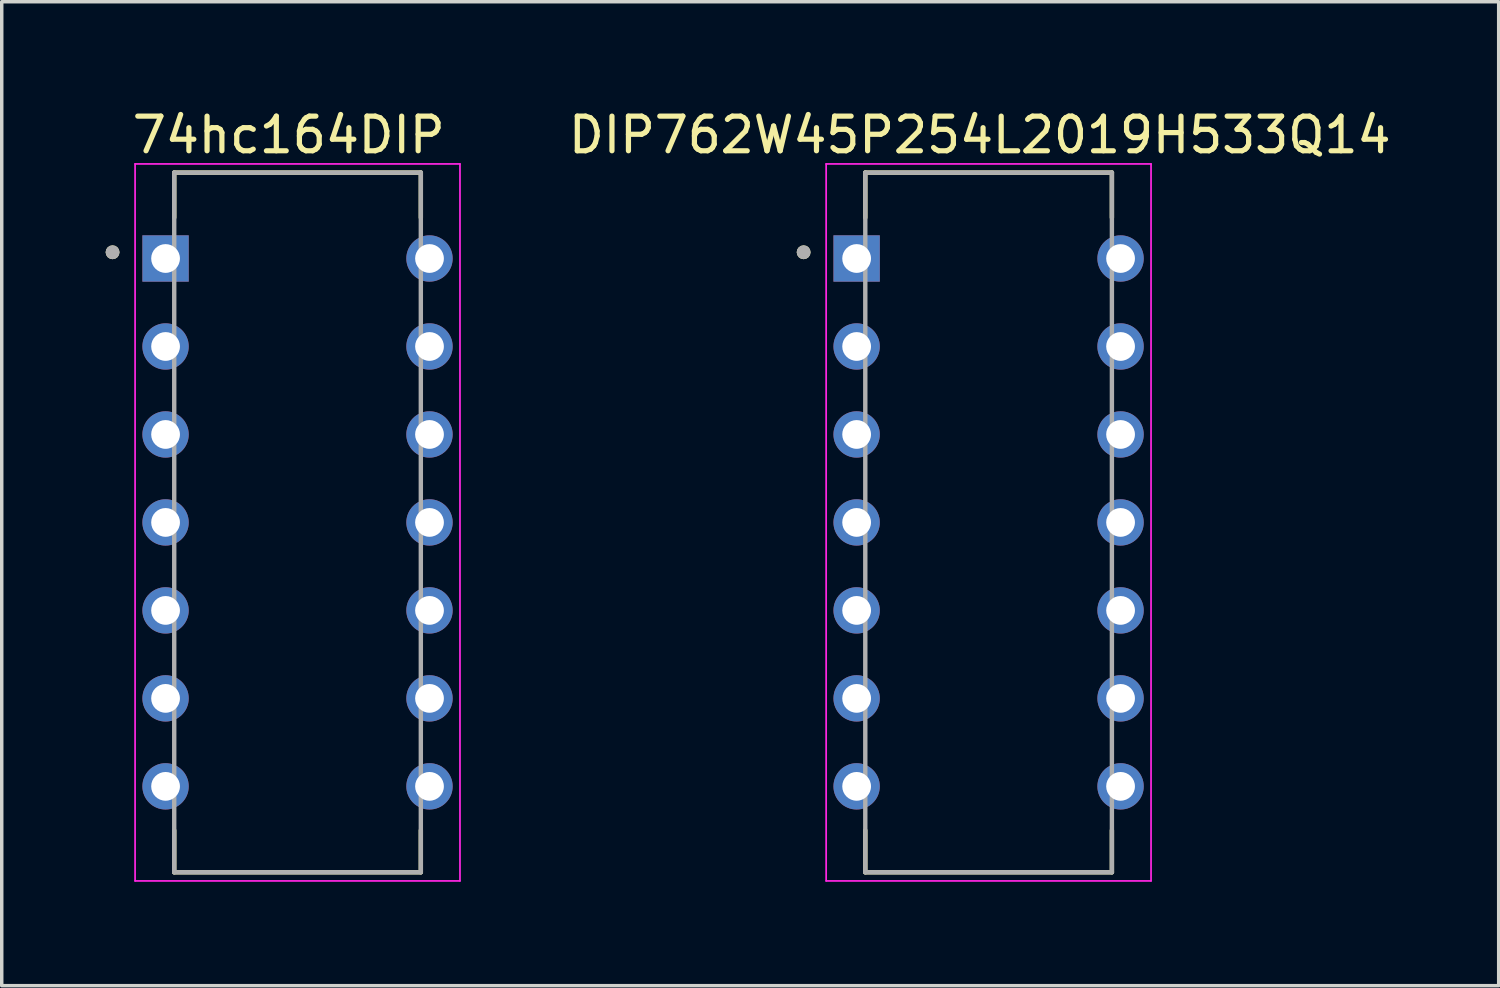
<source format=kicad_pcb>
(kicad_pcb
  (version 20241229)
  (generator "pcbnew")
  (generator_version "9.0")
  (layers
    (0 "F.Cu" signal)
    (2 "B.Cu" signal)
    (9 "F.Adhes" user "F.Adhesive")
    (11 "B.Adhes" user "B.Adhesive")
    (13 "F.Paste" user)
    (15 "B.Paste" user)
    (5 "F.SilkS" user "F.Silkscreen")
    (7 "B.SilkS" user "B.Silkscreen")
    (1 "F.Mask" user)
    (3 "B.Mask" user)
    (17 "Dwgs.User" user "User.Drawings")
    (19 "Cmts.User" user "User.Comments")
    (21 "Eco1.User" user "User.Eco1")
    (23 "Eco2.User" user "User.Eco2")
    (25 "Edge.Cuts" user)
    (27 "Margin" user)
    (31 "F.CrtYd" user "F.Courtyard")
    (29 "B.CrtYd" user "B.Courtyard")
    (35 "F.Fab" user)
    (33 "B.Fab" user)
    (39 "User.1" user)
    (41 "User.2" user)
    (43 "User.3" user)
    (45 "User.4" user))
  (footprint "DIP762W45P254L2019H533Q14"
    (layer "F.Cu")
    (at 25.492 12.033)
    (property "Reference" "DIP762W45P254L2019H533Q14" (at -0.255 -11.185 0) (layer "F.SilkS") (effects (font (size 1 1) (thickness 0.15))))
    (attr through_hole)
    (fp_line (start -3.56 -10.1) (end 3.56 -10.1) (stroke (width 0.127) (type solid)) (layer "F.SilkS"))
    (fp_line (start -3.56 -8.8) (end -3.56 -10.1) (stroke (width 0.127) (type solid)) (layer "F.SilkS"))
    (fp_line (start -3.56 8.89) (end -3.56 10.1) (stroke (width 0.127) (type solid)) (layer "F.SilkS"))
    (fp_line (start -3.56 10.1) (end 3.56 10.1) (stroke (width 0.127) (type solid)) (layer "F.SilkS"))
    (fp_line (start 3.56 -10.1) (end 3.56 -8.8) (stroke (width 0.127) (type solid)) (layer "F.SilkS"))
    (fp_line (start 3.56 10.1) (end 3.56 8.89) (stroke (width 0.127) (type solid)) (layer "F.SilkS"))
    (fp_circle (center -5.34 -7.8) (end -5.24 -7.8) (stroke (width 0.2) (type solid)) (fill no) (layer "F.SilkS"))
    (fp_line (start -4.69 -10.35) (end 4.69 -10.35) (stroke (width 0.05) (type solid)) (layer "F.CrtYd"))
    (fp_line (start -4.69 10.35) (end -4.69 -10.35) (stroke (width 0.05) (type solid)) (layer "F.CrtYd"))
    (fp_line (start 4.69 -10.35) (end 4.69 10.35) (stroke (width 0.05) (type solid)) (layer "F.CrtYd"))
    (fp_line (start 4.69 10.35) (end -4.69 10.35) (stroke (width 0.05) (type solid)) (layer "F.CrtYd"))
    (fp_line (start -3.56 -10.1) (end 3.56 -10.1) (stroke (width 0.127) (type solid)) (layer "F.Fab"))
    (fp_line (start -3.56 10.1) (end -3.56 -10.1) (stroke (width 0.127) (type solid)) (layer "F.Fab"))
    (fp_line (start 3.56 -10.1) (end 3.56 10.1) (stroke (width 0.127) (type solid)) (layer "F.Fab"))
    (fp_line (start 3.56 10.1) (end -3.56 10.1) (stroke (width 0.127) (type solid)) (layer "F.Fab"))
    (fp_circle (center -5.34 -7.8) (end -5.24 -7.8) (stroke (width 0.2) (type solid)) (fill no) (layer "F.Fab"))
    (pad "1" thru_hole rect (at -3.81 -7.62) (size 1.338 1.338) (drill 0.83) (layers "*.Cu" "*.Mask"))
    (pad "2" thru_hole circle (at -3.81 -5.08) (size 1.338 1.338) (drill 0.83) (layers "*.Cu" "*.Mask"))
    (pad "3" thru_hole circle (at -3.81 -2.54) (size 1.338 1.338) (drill 0.83) (layers "*.Cu" "*.Mask"))
    (pad "4" thru_hole circle (at -3.81 0) (size 1.338 1.338) (drill 0.83) (layers "*.Cu" "*.Mask"))
    (pad "5" thru_hole circle (at -3.81 2.54) (size 1.338 1.338) (drill 0.83) (layers "*.Cu" "*.Mask"))
    (pad "6" thru_hole circle (at -3.81 5.08) (size 1.338 1.338) (drill 0.83) (layers "*.Cu" "*.Mask"))
    (pad "7" thru_hole circle (at -3.81 7.62) (size 1.338 1.338) (drill 0.83) (layers "*.Cu" "*.Mask"))
    (pad "8" thru_hole circle (at 3.81 7.62) (size 1.338 1.338) (drill 0.83) (layers "*.Cu" "*.Mask"))
    (pad "9" thru_hole circle (at 3.81 5.08) (size 1.338 1.338) (drill 0.83) (layers "*.Cu" "*.Mask"))
    (pad "10" thru_hole circle (at 3.81 2.54) (size 1.338 1.338) (drill 0.83) (layers "*.Cu" "*.Mask"))
    (pad "11" thru_hole circle (at 3.81 0) (size 1.338 1.338) (drill 0.83) (layers "*.Cu" "*.Mask"))
    (pad "12" thru_hole circle (at 3.81 -2.54) (size 1.338 1.338) (drill 0.83) (layers "*.Cu" "*.Mask"))
    (pad "13" thru_hole circle (at 3.81 -5.08) (size 1.338 1.338) (drill 0.83) (layers "*.Cu" "*.Mask"))
    (pad "14" thru_hole circle (at 3.81 -7.62) (size 1.338 1.338) (drill 0.83) (layers "*.Cu" "*.Mask")))
  (footprint "74hc164DIP"
    (layer "F.Cu")
    (at 5.54 12.033)
    (property "Reference" "74hc164DIP" (at -0.255 -11.185 0) (layer "F.SilkS") (effects (font (size 1 1) (thickness 0.15))))
    (attr through_hole)
    (fp_line (start -3.56 -10.1) (end 3.56 -10.1) (stroke (width 0.127) (type solid)) (layer "F.SilkS"))
    (fp_line (start -3.56 -8.8) (end -3.56 -10.1) (stroke (width 0.127) (type solid)) (layer "F.SilkS"))
    (fp_line (start -3.56 8.89) (end -3.56 10.1) (stroke (width 0.127) (type solid)) (layer "F.SilkS"))
    (fp_line (start -3.56 10.1) (end 3.56 10.1) (stroke (width 0.127) (type solid)) (layer "F.SilkS"))
    (fp_line (start 3.56 -10.1) (end 3.56 -8.8) (stroke (width 0.127) (type solid)) (layer "F.SilkS"))
    (fp_line (start 3.56 10.1) (end 3.56 8.89) (stroke (width 0.127) (type solid)) (layer "F.SilkS"))
    (fp_circle (center -5.34 -7.8) (end -5.24 -7.8) (stroke (width 0.2) (type solid)) (fill no) (layer "F.SilkS"))
    (fp_line (start -4.69 -10.35) (end 4.69 -10.35) (stroke (width 0.05) (type solid)) (layer "F.CrtYd"))
    (fp_line (start -4.69 10.35) (end -4.69 -10.35) (stroke (width 0.05) (type solid)) (layer "F.CrtYd"))
    (fp_line (start 4.69 -10.35) (end 4.69 10.35) (stroke (width 0.05) (type solid)) (layer "F.CrtYd"))
    (fp_line (start 4.69 10.35) (end -4.69 10.35) (stroke (width 0.05) (type solid)) (layer "F.CrtYd"))
    (fp_line (start -3.56 -10.1) (end 3.56 -10.1) (stroke (width 0.127) (type solid)) (layer "F.Fab"))
    (fp_line (start -3.56 10.1) (end -3.56 -10.1) (stroke (width 0.127) (type solid)) (layer "F.Fab"))
    (fp_line (start 3.56 -10.1) (end 3.56 10.1) (stroke (width 0.127) (type solid)) (layer "F.Fab"))
    (fp_line (start 3.56 10.1) (end -3.56 10.1) (stroke (width 0.127) (type solid)) (layer "F.Fab"))
    (fp_circle (center -5.34 -7.8) (end -5.24 -7.8) (stroke (width 0.2) (type solid)) (fill no) (layer "F.Fab"))
    (pad "1" thru_hole rect (at -3.81 -7.62) (size 1.338 1.338) (drill 0.83) (layers "*.Cu" "*.Mask"))
    (pad "2" thru_hole circle (at -3.81 -5.08) (size 1.338 1.338) (drill 0.83) (layers "*.Cu" "*.Mask"))
    (pad "3" thru_hole circle (at -3.81 -2.54) (size 1.338 1.338) (drill 0.83) (layers "*.Cu" "*.Mask"))
    (pad "4" thru_hole circle (at -3.81 0) (size 1.338 1.338) (drill 0.83) (layers "*.Cu" "*.Mask"))
    (pad "5" thru_hole circle (at -3.81 2.54) (size 1.338 1.338) (drill 0.83) (layers "*.Cu" "*.Mask"))
    (pad "6" thru_hole circle (at -3.81 5.08) (size 1.338 1.338) (drill 0.83) (layers "*.Cu" "*.Mask"))
    (pad "7" thru_hole circle (at -3.81 7.62) (size 1.338 1.338) (drill 0.83) (layers "*.Cu" "*.Mask"))
    (pad "8" thru_hole circle (at 3.81 7.62) (size 1.338 1.338) (drill 0.83) (layers "*.Cu" "*.Mask"))
    (pad "9" thru_hole circle (at 3.81 5.08) (size 1.338 1.338) (drill 0.83) (layers "*.Cu" "*.Mask"))
    (pad "10" thru_hole circle (at 3.81 2.54) (size 1.338 1.338) (drill 0.83) (layers "*.Cu" "*.Mask"))
    (pad "11" thru_hole circle (at 3.81 0) (size 1.338 1.338) (drill 0.83) (layers "*.Cu" "*.Mask"))
    (pad "12" thru_hole circle (at 3.81 -2.54) (size 1.338 1.338) (drill 0.83) (layers "*.Cu" "*.Mask"))
    (pad "13" thru_hole circle (at 3.81 -5.08) (size 1.338 1.338) (drill 0.83) (layers "*.Cu" "*.Mask"))
    (pad "14" thru_hole circle (at 3.81 -7.62) (size 1.338 1.338) (drill 0.83) (layers "*.Cu" "*.Mask")))
  (gr_rect
    (start -3 -3)
    (end 40.219 25.408)
    (stroke (width 0.1) (type default))
    (fill no)
    (layer "Edge.Cuts")))
</source>
